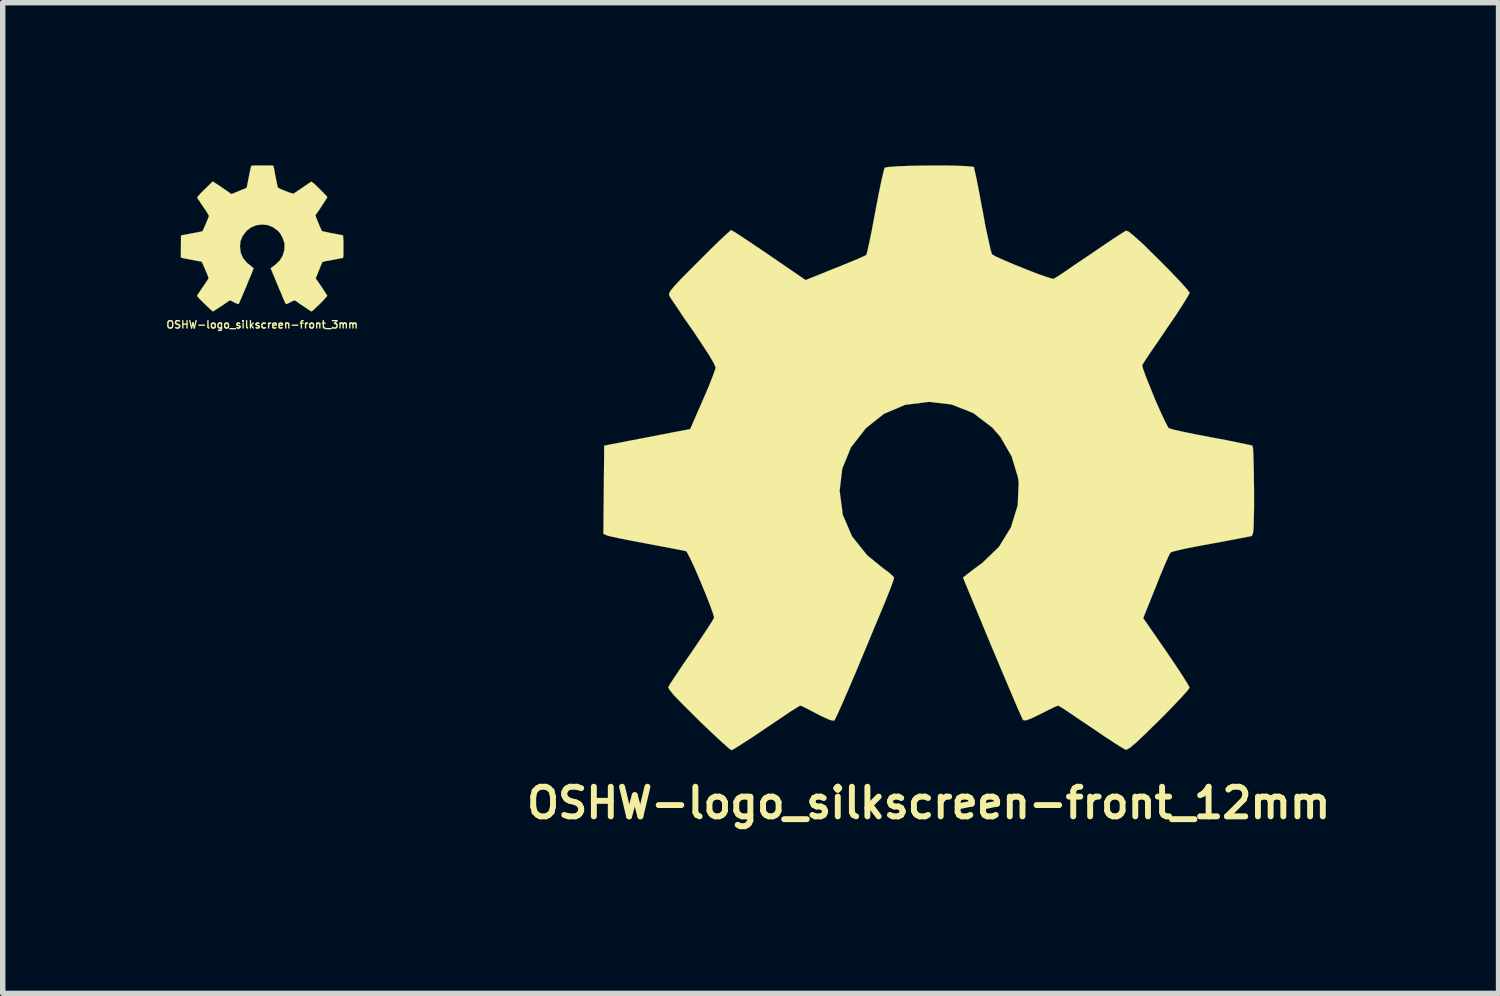
<source format=kicad_pcb>
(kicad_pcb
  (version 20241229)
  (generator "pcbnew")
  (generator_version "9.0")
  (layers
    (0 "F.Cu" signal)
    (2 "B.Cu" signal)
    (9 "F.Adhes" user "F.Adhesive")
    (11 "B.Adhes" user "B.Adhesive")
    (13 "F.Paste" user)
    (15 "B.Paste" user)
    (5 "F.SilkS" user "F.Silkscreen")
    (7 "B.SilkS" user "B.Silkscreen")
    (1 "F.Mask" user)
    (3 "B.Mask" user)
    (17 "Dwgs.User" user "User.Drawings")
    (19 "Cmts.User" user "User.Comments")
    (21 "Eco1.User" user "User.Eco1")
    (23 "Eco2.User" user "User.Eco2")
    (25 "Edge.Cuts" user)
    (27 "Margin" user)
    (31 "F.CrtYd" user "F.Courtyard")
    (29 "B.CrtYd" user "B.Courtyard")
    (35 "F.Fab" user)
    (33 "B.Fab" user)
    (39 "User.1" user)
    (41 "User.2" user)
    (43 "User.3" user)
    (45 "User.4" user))
  (footprint "OSHW-logo_silkscreen-front_12mm"
    (layer "F.Cu")
    (at 14.076 5.394)
    (property "Reference" "OSHW-logo_silkscreen-front_12mm" (at 0 6.363 0) (layer "F.SilkS") (effects (font (size 0.546 0.546) (thickness 0.109))))
    (attr through_hole)
    (fp_poly (pts (xy -3.637 5.39) (xy -3.574 5.357) (xy -3.434 5.268) (xy -3.233 5.138) (xy -2.997 4.978) (xy -2.758 4.818) (xy -2.563 4.686) (xy -2.426 4.6) (xy -2.37 4.567) (xy -2.339 4.577) (xy -2.225 4.633) (xy -2.062 4.719) (xy -1.966 4.768) (xy -1.816 4.834) (xy -1.742 4.846) (xy -1.73 4.826) (xy -1.674 4.709) (xy -1.587 4.514) (xy -1.473 4.252) (xy -1.344 3.95) (xy -1.206 3.619) (xy -1.067 3.284) (xy -0.935 2.967) (xy -0.815 2.68) (xy -0.721 2.446) (xy -0.66 2.283) (xy -0.638 2.212) (xy -0.645 2.197) (xy -0.719 2.126) (xy -0.851 2.027) (xy -1.135 1.796) (xy -1.415 1.445) (xy -1.585 1.049) (xy -1.643 0.607) (xy -1.595 0.198) (xy -1.433 -0.196) (xy -1.158 -0.549) (xy -0.826 -0.813) (xy -0.437 -0.978) (xy 0 -1.034) (xy 0.419 -0.986) (xy 0.82 -0.828) (xy 1.173 -0.559) (xy 1.323 -0.386) (xy 1.529 -0.028) (xy 1.646 0.358) (xy 1.659 0.455) (xy 1.641 0.876) (xy 1.516 1.28) (xy 1.295 1.641) (xy 0.986 1.938) (xy 0.947 1.966) (xy 0.803 2.073) (xy 0.709 2.146) (xy 0.632 2.207) (xy 1.168 3.5) (xy 1.255 3.706) (xy 1.402 4.056) (xy 1.532 4.361) (xy 1.636 4.605) (xy 1.707 4.765) (xy 1.737 4.831) (xy 1.742 4.834) (xy 1.788 4.841) (xy 1.887 4.806) (xy 2.068 4.719) (xy 2.187 4.658) (xy 2.324 4.592) (xy 2.385 4.567) (xy 2.438 4.595) (xy 2.57 4.681) (xy 2.761 4.811) (xy 2.992 4.966) (xy 3.213 5.116) (xy 3.416 5.25) (xy 3.564 5.344) (xy 3.635 5.382) (xy 3.645 5.382) (xy 3.708 5.347) (xy 3.825 5.25) (xy 4 5.083) (xy 4.249 4.839) (xy 4.288 4.801) (xy 4.493 4.592) (xy 4.658 4.417) (xy 4.77 4.293) (xy 4.811 4.237) (xy 4.773 4.166) (xy 4.681 4.018) (xy 4.547 3.815) (xy 4.384 3.574) (xy 3.955 2.954) (xy 4.191 2.367) (xy 4.262 2.187) (xy 4.354 1.968) (xy 4.422 1.814) (xy 4.458 1.745) (xy 4.521 1.722) (xy 4.681 1.684) (xy 4.915 1.636) (xy 5.192 1.585) (xy 5.456 1.537) (xy 5.695 1.491) (xy 5.867 1.458) (xy 5.946 1.443) (xy 5.964 1.43) (xy 5.979 1.392) (xy 5.989 1.311) (xy 5.994 1.166) (xy 5.999 0.937) (xy 5.999 0.607) (xy 5.999 0.572) (xy 5.994 0.257) (xy 5.989 0.005) (xy 5.982 -0.16) (xy 5.969 -0.226) (xy 5.895 -0.244) (xy 5.725 -0.279) (xy 5.486 -0.328) (xy 5.202 -0.381) (xy 5.184 -0.384) (xy 4.9 -0.439) (xy 4.663 -0.488) (xy 4.496 -0.526) (xy 4.427 -0.549) (xy 4.412 -0.569) (xy 4.354 -0.681) (xy 4.272 -0.856) (xy 4.178 -1.069) (xy 4.087 -1.293) (xy 4.006 -1.494) (xy 3.952 -1.643) (xy 3.937 -1.712) (xy 3.98 -1.781) (xy 4.077 -1.928) (xy 4.216 -2.131) (xy 4.381 -2.372) (xy 4.394 -2.393) (xy 4.557 -2.631) (xy 4.689 -2.835) (xy 4.778 -2.979) (xy 4.811 -3.043) (xy 4.811 -3.048) (xy 4.755 -3.119) (xy 4.633 -3.256) (xy 4.458 -3.439) (xy 4.249 -3.65) (xy 4.181 -3.716) (xy 3.95 -3.945) (xy 3.787 -4.092) (xy 3.686 -4.173) (xy 3.637 -4.191) (xy 3.635 -4.188) (xy 3.564 -4.145) (xy 3.411 -4.046) (xy 3.205 -3.907) (xy 2.962 -3.741) (xy 2.946 -3.731) (xy 2.705 -3.569) (xy 2.507 -3.432) (xy 2.365 -3.338) (xy 2.301 -3.302) (xy 2.291 -3.302) (xy 2.195 -3.33) (xy 2.024 -3.388) (xy 1.814 -3.47) (xy 1.593 -3.559) (xy 1.389 -3.645) (xy 1.24 -3.713) (xy 1.168 -3.754) (xy 1.166 -3.757) (xy 1.14 -3.843) (xy 1.1 -4.023) (xy 1.046 -4.27) (xy 0.993 -4.564) (xy 0.983 -4.61) (xy 0.93 -4.897) (xy 0.884 -5.133) (xy 0.848 -5.296) (xy 0.833 -5.364) (xy 0.792 -5.372) (xy 0.653 -5.382) (xy 0.439 -5.39) (xy 0.18 -5.392) (xy -0.091 -5.39) (xy -0.356 -5.385) (xy -0.582 -5.377) (xy -0.744 -5.364) (xy -0.813 -5.352) (xy -0.815 -5.347) (xy -0.838 -5.258) (xy -0.879 -5.08) (xy -0.93 -4.831) (xy -0.986 -4.536) (xy -0.996 -4.483) (xy -1.049 -4.199) (xy -1.097 -3.965) (xy -1.133 -3.805) (xy -1.151 -3.741) (xy -1.176 -3.729) (xy -1.293 -3.675) (xy -1.483 -3.597) (xy -1.722 -3.5) (xy -2.271 -3.279) (xy -2.944 -3.741) (xy -3.005 -3.782) (xy -3.249 -3.947) (xy -3.447 -4.079) (xy -3.586 -4.168) (xy -3.642 -4.201) (xy -3.647 -4.199) (xy -3.716 -4.14) (xy -3.848 -4.016) (xy -4.031 -3.838) (xy -4.242 -3.627) (xy -4.399 -3.47) (xy -4.585 -3.282) (xy -4.702 -3.155) (xy -4.768 -3.073) (xy -4.79 -3.023) (xy -4.783 -2.99) (xy -4.74 -2.921) (xy -4.641 -2.774) (xy -4.503 -2.568) (xy -4.338 -2.332) (xy -4.204 -2.131) (xy -4.056 -1.905) (xy -3.962 -1.745) (xy -3.929 -1.666) (xy -3.937 -1.633) (xy -3.985 -1.501) (xy -4.064 -1.3) (xy -4.166 -1.064) (xy -4.399 -0.531) (xy -4.75 -0.465) (xy -4.961 -0.424) (xy -5.258 -0.366) (xy -5.542 -0.312) (xy -5.984 -0.226) (xy -5.999 1.4) (xy -5.931 1.43) (xy -5.865 1.448) (xy -5.702 1.483) (xy -5.469 1.529) (xy -5.192 1.582) (xy -4.956 1.626) (xy -4.719 1.671) (xy -4.549 1.704) (xy -4.473 1.72) (xy -4.455 1.745) (xy -4.394 1.862) (xy -4.31 2.042) (xy -4.216 2.263) (xy -4.122 2.489) (xy -4.039 2.7) (xy -3.98 2.86) (xy -3.957 2.944) (xy -3.99 3.005) (xy -4.079 3.145) (xy -4.211 3.343) (xy -4.371 3.579) (xy -4.534 3.815) (xy -4.669 4.016) (xy -4.765 4.161) (xy -4.803 4.227) (xy -4.783 4.272) (xy -4.689 4.387) (xy -4.511 4.569) (xy -4.247 4.831) (xy -4.204 4.874) (xy -3.993 5.075) (xy -3.815 5.24) (xy -3.693 5.349) (xy -3.637 5.39)) (stroke (width 0.003) (type solid)) (fill yes) (layer "F.SilkS")))
  (footprint "OSHW-logo_silkscreen-front_3mm"
    (layer "F.Cu")
    (at 1.784 1.347)
    (property "Reference" "OSHW-logo_silkscreen-front_3mm" (at 0 1.59 0) (layer "F.SilkS") (effects (font (size 0.135 0.135) (thickness 0.025))))
    (attr through_hole)
    (fp_poly (pts (xy -0.909 1.346) (xy -0.892 1.339) (xy -0.859 1.316) (xy -0.808 1.283) (xy -0.749 1.245) (xy -0.688 1.204) (xy -0.64 1.171) (xy -0.605 1.148) (xy -0.592 1.14) (xy -0.584 1.143) (xy -0.556 1.158) (xy -0.516 1.179) (xy -0.49 1.191) (xy -0.452 1.206) (xy -0.434 1.212) (xy -0.432 1.206) (xy -0.417 1.176) (xy -0.396 1.128) (xy -0.368 1.062) (xy -0.335 0.986) (xy -0.3 0.904) (xy -0.267 0.82) (xy -0.234 0.742) (xy -0.203 0.668) (xy -0.18 0.61) (xy -0.165 0.569) (xy -0.157 0.551) (xy -0.16 0.549) (xy -0.178 0.531) (xy -0.211 0.505) (xy -0.282 0.447) (xy -0.353 0.361) (xy -0.396 0.262) (xy -0.409 0.15) (xy -0.399 0.048) (xy -0.358 -0.048) (xy -0.29 -0.137) (xy -0.206 -0.203) (xy -0.109 -0.244) (xy 0 -0.257) (xy 0.104 -0.246) (xy 0.203 -0.206) (xy 0.292 -0.14) (xy 0.33 -0.097) (xy 0.381 -0.005) (xy 0.411 0.089) (xy 0.414 0.112) (xy 0.409 0.218) (xy 0.378 0.32) (xy 0.323 0.409) (xy 0.246 0.483) (xy 0.236 0.49) (xy 0.201 0.518) (xy 0.175 0.536) (xy 0.157 0.551) (xy 0.292 0.874) (xy 0.312 0.925) (xy 0.351 1.013) (xy 0.381 1.09) (xy 0.409 1.151) (xy 0.427 1.191) (xy 0.434 1.206) (xy 0.447 1.209) (xy 0.47 1.201) (xy 0.516 1.179) (xy 0.546 1.163) (xy 0.579 1.148) (xy 0.594 1.14) (xy 0.61 1.148) (xy 0.643 1.168) (xy 0.688 1.201) (xy 0.747 1.24) (xy 0.803 1.278) (xy 0.853 1.311) (xy 0.889 1.336) (xy 0.907 1.344) (xy 0.909 1.344) (xy 0.927 1.336) (xy 0.955 1.311) (xy 0.998 1.27) (xy 1.062 1.209) (xy 1.072 1.199) (xy 1.123 1.148) (xy 1.163 1.102) (xy 1.191 1.072) (xy 1.201 1.059) (xy 1.191 1.041) (xy 1.168 1.003) (xy 1.135 0.953) (xy 1.095 0.892) (xy 0.988 0.737) (xy 1.046 0.592) (xy 1.064 0.546) (xy 1.087 0.49) (xy 1.105 0.452) (xy 1.113 0.434) (xy 1.13 0.429) (xy 1.168 0.419) (xy 1.227 0.409) (xy 1.298 0.396) (xy 1.364 0.384) (xy 1.422 0.371) (xy 1.466 0.363) (xy 1.486 0.361) (xy 1.491 0.356) (xy 1.494 0.348) (xy 1.496 0.328) (xy 1.499 0.29) (xy 1.499 0.234) (xy 1.499 0.15) (xy 1.499 0.142) (xy 1.499 0.064) (xy 1.496 0) (xy 1.494 -0.038) (xy 1.491 -0.056) (xy 1.473 -0.061) (xy 1.43 -0.069) (xy 1.372 -0.081) (xy 1.3 -0.094) (xy 1.295 -0.094) (xy 1.224 -0.109) (xy 1.166 -0.122) (xy 1.123 -0.13) (xy 1.105 -0.137) (xy 1.102 -0.142) (xy 1.087 -0.17) (xy 1.067 -0.213) (xy 1.044 -0.267) (xy 1.021 -0.323) (xy 1.001 -0.373) (xy 0.988 -0.409) (xy 0.983 -0.427) (xy 0.993 -0.445) (xy 1.019 -0.48) (xy 1.054 -0.531) (xy 1.095 -0.592) (xy 1.097 -0.597) (xy 1.138 -0.658) (xy 1.171 -0.709) (xy 1.194 -0.744) (xy 1.201 -0.759) (xy 1.201 -0.762) (xy 1.189 -0.78) (xy 1.158 -0.813) (xy 1.113 -0.859) (xy 1.062 -0.912) (xy 1.044 -0.927) (xy 0.986 -0.986) (xy 0.945 -1.021) (xy 0.919 -1.041) (xy 0.909 -1.046) (xy 0.907 -1.046) (xy 0.889 -1.036) (xy 0.851 -1.011) (xy 0.8 -0.975) (xy 0.739 -0.935) (xy 0.737 -0.932) (xy 0.676 -0.892) (xy 0.625 -0.856) (xy 0.589 -0.833) (xy 0.574 -0.826) (xy 0.572 -0.826) (xy 0.549 -0.831) (xy 0.505 -0.846) (xy 0.452 -0.866) (xy 0.396 -0.889) (xy 0.345 -0.909) (xy 0.31 -0.927) (xy 0.292 -0.937) (xy 0.29 -0.937) (xy 0.284 -0.96) (xy 0.274 -1.006) (xy 0.262 -1.067) (xy 0.246 -1.14) (xy 0.244 -1.151) (xy 0.231 -1.224) (xy 0.221 -1.283) (xy 0.211 -1.323) (xy 0.208 -1.341) (xy 0.198 -1.341) (xy 0.163 -1.344) (xy 0.109 -1.346) (xy 0.043 -1.346) (xy -0.023 -1.346) (xy -0.089 -1.346) (xy -0.145 -1.344) (xy -0.185 -1.341) (xy -0.203 -1.336) (xy -0.208 -1.313) (xy -0.218 -1.27) (xy -0.231 -1.206) (xy -0.246 -1.133) (xy -0.249 -1.12) (xy -0.262 -1.049) (xy -0.274 -0.991) (xy -0.282 -0.95) (xy -0.287 -0.935) (xy -0.292 -0.932) (xy -0.323 -0.917) (xy -0.371 -0.899) (xy -0.429 -0.874) (xy -0.566 -0.818) (xy -0.734 -0.935) (xy -0.749 -0.945) (xy -0.81 -0.986) (xy -0.861 -1.019) (xy -0.897 -1.041) (xy -0.909 -1.049) (xy -0.912 -1.049) (xy -0.927 -1.034) (xy -0.96 -1.003) (xy -1.006 -0.958) (xy -1.059 -0.907) (xy -1.1 -0.866) (xy -1.146 -0.82) (xy -1.173 -0.787) (xy -1.191 -0.767) (xy -1.196 -0.754) (xy -1.194 -0.747) (xy -1.184 -0.729) (xy -1.158 -0.693) (xy -1.125 -0.64) (xy -1.085 -0.582) (xy -1.049 -0.531) (xy -1.013 -0.475) (xy -0.991 -0.434) (xy -0.98 -0.417) (xy -0.983 -0.406) (xy -0.996 -0.373) (xy -1.016 -0.325) (xy -1.041 -0.264) (xy -1.1 -0.132) (xy -1.186 -0.114) (xy -1.24 -0.104) (xy -1.313 -0.091) (xy -1.384 -0.076) (xy -1.496 -0.056) (xy -1.499 0.348) (xy -1.481 0.356) (xy -1.466 0.361) (xy -1.425 0.371) (xy -1.367 0.381) (xy -1.298 0.394) (xy -1.237 0.406) (xy -1.179 0.417) (xy -1.135 0.424) (xy -1.118 0.429) (xy -1.113 0.434) (xy -1.097 0.465) (xy -1.077 0.511) (xy -1.054 0.564) (xy -1.029 0.622) (xy -1.008 0.673) (xy -0.993 0.714) (xy -0.988 0.734) (xy -0.996 0.749) (xy -1.019 0.785) (xy -1.052 0.836) (xy -1.092 0.894) (xy -1.133 0.953) (xy -1.166 1.003) (xy -1.191 1.039) (xy -1.199 1.057) (xy -1.194 1.067) (xy -1.171 1.095) (xy -1.128 1.14) (xy -1.062 1.206) (xy -1.049 1.217) (xy -0.998 1.267) (xy -0.953 1.308) (xy -0.922 1.336) (xy -0.909 1.346)) (stroke (width 0.003) (type solid)) (fill yes) (layer "F.SilkS")))
  (gr_rect
    (start -3 -3)
    (end 24.584 15.268)
    (stroke (width 0.1) (type default))
    (fill no)
    (layer "Edge.Cuts")))
</source>
